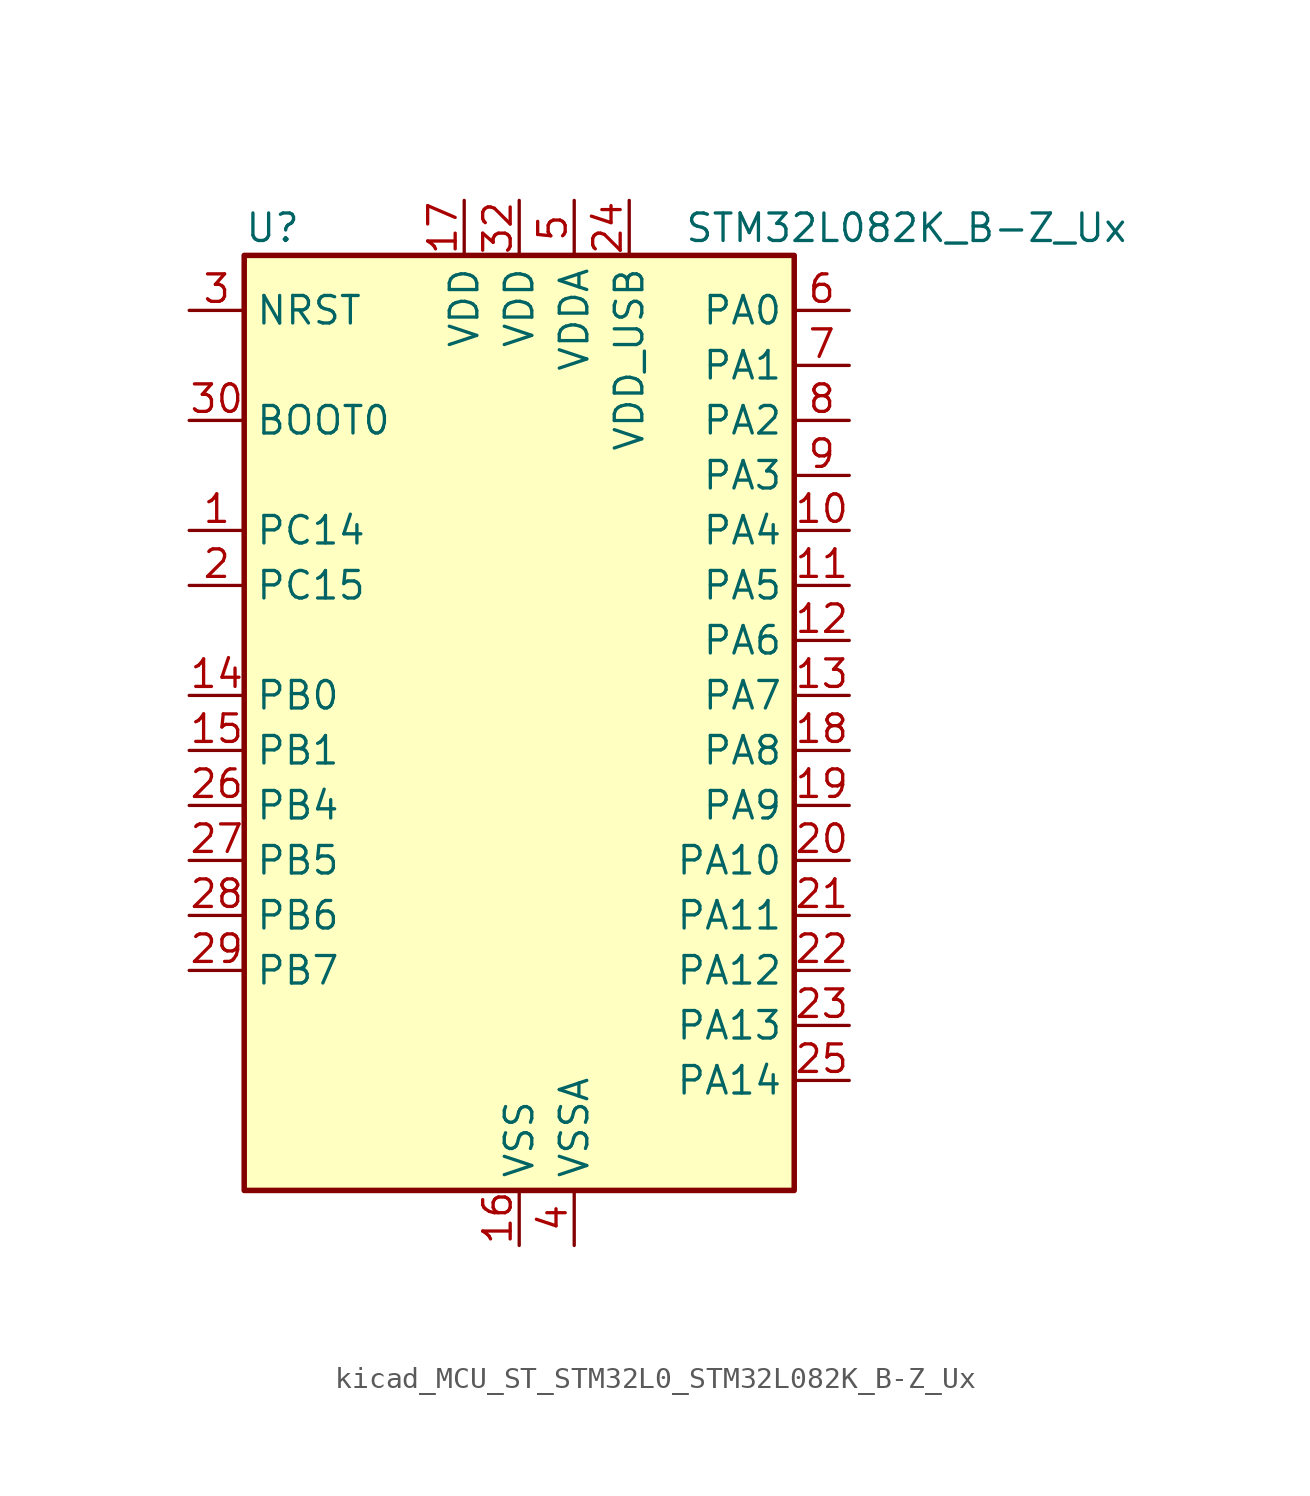
<source format=kicad_sym>
(kicad_symbol_lib
  (version 20220914)
  (generator kicad_symbol_editor)
  (symbol "kicad_MCU_ST_STM32L0_STM32L082K_B-Z_Ux"
    (property "Reference" "U"
      (at -12.7 24.13 0)
      (effects (font (size 1.27 1.27)) (justify left)))
    (property "Value" "STM32L082K_B-Z_Ux"
      (at 7.62 24.13 0)
      (effects (font (size 1.27 1.27)) (justify left)))
    (property "ki_locked" ""
      (at 0 0 0)
      (effects (font (size 1.27 1.27))))
    (symbol "kicad_MCU_ST_STM32L0_STM32L082K_B-Z_Ux_0_1"
      (rectangle (start -12.7 -20.32) (end 12.7 22.86) (stroke (width 0.254) (type default)) (fill (type background))))
    (symbol "kicad_MCU_ST_STM32L0_STM32L082K_B-Z_Ux_1_1"
      (pin bidirectional line (at -15.24 10.16 0) (length 2.54) (name "PC14" (effects (font (size 1.27 1.27)))) (number "1" (effects (font (size 1.27 1.27)))) (alternate "RCC_OSC32_IN" bidirectional line))
      (pin bidirectional line (at 15.24 10.16 180) (length 2.54) (name "PA4" (effects (font (size 1.27 1.27)))) (number "10" (effects (font (size 1.27 1.27)))) (alternate "ADC_IN4" bidirectional line) (alternate "COMP1_INM" bidirectional line) (alternate "COMP2_INM" bidirectional line) (alternate "DAC_OUT1" bidirectional line) (alternate "SPI1_NSS" bidirectional line) (alternate "TIM22_ETR" bidirectional line) (alternate "TSC_G2_IO1" bidirectional line) (alternate "USART2_CK" bidirectional line))
      (pin bidirectional line (at 15.24 7.62 180) (length 2.54) (name "PA5" (effects (font (size 1.27 1.27)))) (number "11" (effects (font (size 1.27 1.27)))) (alternate "ADC_IN5" bidirectional line) (alternate "COMP1_INM" bidirectional line) (alternate "COMP2_INM" bidirectional line) (alternate "DAC_OUT2" bidirectional line) (alternate "SPI1_SCK" bidirectional line) (alternate "TIM2_CH1" bidirectional line) (alternate "TIM2_ETR" bidirectional line) (alternate "TSC_G2_IO2" bidirectional line))
      (pin bidirectional line (at 15.24 5.08 180) (length 2.54) (name "PA6" (effects (font (size 1.27 1.27)))) (number "12" (effects (font (size 1.27 1.27)))) (alternate "ADC_IN6" bidirectional line) (alternate "COMP1_OUT" bidirectional line) (alternate "LPUART1_CTS" bidirectional line) (alternate "SPI1_MISO" bidirectional line) (alternate "TIM22_CH1" bidirectional line) (alternate "TIM3_CH1" bidirectional line) (alternate "TSC_G2_IO3" bidirectional line))
      (pin bidirectional line (at 15.24 2.54 180) (length 2.54) (name "PA7" (effects (font (size 1.27 1.27)))) (number "13" (effects (font (size 1.27 1.27)))) (alternate "ADC_IN7" bidirectional line) (alternate "COMP2_OUT" bidirectional line) (alternate "SPI1_MOSI" bidirectional line) (alternate "TIM22_CH2" bidirectional line) (alternate "TIM3_CH2" bidirectional line) (alternate "TSC_G2_IO4" bidirectional line))
      (pin bidirectional line (at -15.24 2.54 0) (length 2.54) (name "PB0" (effects (font (size 1.27 1.27)))) (number "14" (effects (font (size 1.27 1.27)))) (alternate "ADC_IN8" bidirectional line) (alternate "SYS_VREF_OUT_PB0" bidirectional line) (alternate "TIM3_CH3" bidirectional line) (alternate "TSC_G3_IO2" bidirectional line))
      (pin bidirectional line (at -15.24 0 0) (length 2.54) (name "PB1" (effects (font (size 1.27 1.27)))) (number "15" (effects (font (size 1.27 1.27)))) (alternate "ADC_IN9" bidirectional line) (alternate "LPUART1_DE" bidirectional line) (alternate "LPUART1_RTS" bidirectional line) (alternate "SYS_VREF_OUT_PB1" bidirectional line) (alternate "TIM3_CH4" bidirectional line) (alternate "TSC_G3_IO3" bidirectional line))
      (pin power_in line (at 0 -22.86 90) (length 2.54) (name "VSS" (effects (font (size 1.27 1.27)))) (number "16" (effects (font (size 1.27 1.27)))))
      (pin power_in line (at -2.54 25.4 270) (length 2.54) (name "VDD" (effects (font (size 1.27 1.27)))) (number "17" (effects (font (size 1.27 1.27)))))
      (pin bidirectional line (at 15.24 0 180) (length 2.54) (name "PA8" (effects (font (size 1.27 1.27)))) (number "18" (effects (font (size 1.27 1.27)))) (alternate "CRS_SYNC" bidirectional line) (alternate "I2C3_SCL" bidirectional line) (alternate "RCC_MCO" bidirectional line) (alternate "USART1_CK" bidirectional line))
      (pin bidirectional line (at 15.24 -2.54 180) (length 2.54) (name "PA9" (effects (font (size 1.27 1.27)))) (number "19" (effects (font (size 1.27 1.27)))) (alternate "DAC_EXTI9" bidirectional line) (alternate "I2C1_SCL" bidirectional line) (alternate "I2C3_SMBA" bidirectional line) (alternate "RCC_MCO" bidirectional line) (alternate "TSC_G4_IO1" bidirectional line) (alternate "USART1_TX" bidirectional line))
      (pin bidirectional line (at -15.24 7.62 0) (length 2.54) (name "PC15" (effects (font (size 1.27 1.27)))) (number "2" (effects (font (size 1.27 1.27)))) (alternate "RCC_OSC32_OUT" bidirectional line))
      (pin bidirectional line (at 15.24 -5.08 180) (length 2.54) (name "PA10" (effects (font (size 1.27 1.27)))) (number "20" (effects (font (size 1.27 1.27)))) (alternate "I2C1_SDA" bidirectional line) (alternate "TSC_G4_IO2" bidirectional line) (alternate "USART1_RX" bidirectional line))
      (pin bidirectional line (at 15.24 -7.62 180) (length 2.54) (name "PA11" (effects (font (size 1.27 1.27)))) (number "21" (effects (font (size 1.27 1.27)))) (alternate "ADC_EXTI11" bidirectional line) (alternate "COMP1_OUT" bidirectional line) (alternate "SPI1_MISO" bidirectional line) (alternate "TSC_G4_IO3" bidirectional line) (alternate "USART1_CTS" bidirectional line) (alternate "USB_DM" bidirectional line))
      (pin bidirectional line (at 15.24 -10.16 180) (length 2.54) (name "PA12" (effects (font (size 1.27 1.27)))) (number "22" (effects (font (size 1.27 1.27)))) (alternate "COMP2_OUT" bidirectional line) (alternate "SPI1_MOSI" bidirectional line) (alternate "TSC_G4_IO4" bidirectional line) (alternate "USART1_DE" bidirectional line) (alternate "USART1_RTS" bidirectional line) (alternate "USB_DP" bidirectional line))
      (pin bidirectional line (at 15.24 -12.7 180) (length 2.54) (name "PA13" (effects (font (size 1.27 1.27)))) (number "23" (effects (font (size 1.27 1.27)))) (alternate "LPUART1_RX" bidirectional line) (alternate "SYS_SWDIO" bidirectional line) (alternate "USB_NOE" bidirectional line))
      (pin power_in line (at 5.08 25.4 270) (length 2.54) (name "VDD_USB" (effects (font (size 1.27 1.27)))) (number "24" (effects (font (size 1.27 1.27)))))
      (pin bidirectional line (at 15.24 -15.24 180) (length 2.54) (name "PA14" (effects (font (size 1.27 1.27)))) (number "25" (effects (font (size 1.27 1.27)))) (alternate "LPUART1_TX" bidirectional line) (alternate "SYS_SWCLK" bidirectional line) (alternate "USART2_TX" bidirectional line))
      (pin bidirectional line (at -15.24 -2.54 0) (length 2.54) (name "PB4" (effects (font (size 1.27 1.27)))) (number "26" (effects (font (size 1.27 1.27)))) (alternate "COMP2_INP" bidirectional line) (alternate "I2C3_SDA" bidirectional line) (alternate "SPI1_MISO" bidirectional line) (alternate "TIM22_CH1" bidirectional line) (alternate "TIM3_CH1" bidirectional line) (alternate "TSC_G5_IO2" bidirectional line) (alternate "USART1_CTS" bidirectional line))
      (pin bidirectional line (at -15.24 -5.08 0) (length 2.54) (name "PB5" (effects (font (size 1.27 1.27)))) (number "27" (effects (font (size 1.27 1.27)))) (alternate "COMP2_INP" bidirectional line) (alternate "I2C1_SMBA" bidirectional line) (alternate "LPTIM1_IN1" bidirectional line) (alternate "SPI1_MOSI" bidirectional line) (alternate "TIM22_CH2" bidirectional line) (alternate "TIM3_CH2" bidirectional line) (alternate "USART1_CK" bidirectional line))
      (pin bidirectional line (at -15.24 -7.62 0) (length 2.54) (name "PB6" (effects (font (size 1.27 1.27)))) (number "28" (effects (font (size 1.27 1.27)))) (alternate "COMP2_INP" bidirectional line) (alternate "I2C1_SCL" bidirectional line) (alternate "LPTIM1_ETR" bidirectional line) (alternate "TSC_G5_IO3" bidirectional line) (alternate "USART1_TX" bidirectional line))
      (pin bidirectional line (at -15.24 -10.16 0) (length 2.54) (name "PB7" (effects (font (size 1.27 1.27)))) (number "29" (effects (font (size 1.27 1.27)))) (alternate "COMP2_INP" bidirectional line) (alternate "I2C1_SDA" bidirectional line) (alternate "LPTIM1_IN2" bidirectional line) (alternate "SYS_PVD_IN" bidirectional line) (alternate "TSC_G5_IO4" bidirectional line) (alternate "USART1_RX" bidirectional line) (alternate "USART4_CTS" bidirectional line))
      (pin input line (at -15.24 20.32 0) (length 2.54) (name "NRST" (effects (font (size 1.27 1.27)))) (number "3" (effects (font (size 1.27 1.27)))))
      (pin input line (at -15.24 15.24 0) (length 2.54) (name "BOOT0" (effects (font (size 1.27 1.27)))) (number "30" (effects (font (size 1.27 1.27)))))
      (pin passive line (at 0 -22.86 90) (length 2.54) hide (name "VSS" (effects (font (size 1.27 1.27)))) (number "31" (effects (font (size 1.27 1.27)))))
      (pin power_in line (at 0 25.4 270) (length 2.54) (name "VDD" (effects (font (size 1.27 1.27)))) (number "32" (effects (font (size 1.27 1.27)))))
      (pin passive line (at 0 -22.86 90) (length 2.54) hide (name "VSS" (effects (font (size 1.27 1.27)))) (number "33" (effects (font (size 1.27 1.27)))))
      (pin power_in line (at 2.54 -22.86 90) (length 2.54) (name "VSSA" (effects (font (size 1.27 1.27)))) (number "4" (effects (font (size 1.27 1.27)))))
      (pin power_in line (at 2.54 25.4 270) (length 2.54) (name "VDDA" (effects (font (size 1.27 1.27)))) (number "5" (effects (font (size 1.27 1.27)))))
      (pin bidirectional line (at 15.24 20.32 180) (length 2.54) (name "PA0" (effects (font (size 1.27 1.27)))) (number "6" (effects (font (size 1.27 1.27)))) (alternate "ADC_IN0" bidirectional line) (alternate "COMP1_INM" bidirectional line) (alternate "COMP1_OUT" bidirectional line) (alternate "RTC_TAMP2" bidirectional line) (alternate "SYS_WKUP1" bidirectional line) (alternate "TIM2_CH1" bidirectional line) (alternate "TIM2_ETR" bidirectional line) (alternate "TSC_G1_IO1" bidirectional line) (alternate "USART2_CTS" bidirectional line) (alternate "USART4_TX" bidirectional line))
      (pin bidirectional line (at 15.24 17.78 180) (length 2.54) (name "PA1" (effects (font (size 1.27 1.27)))) (number "7" (effects (font (size 1.27 1.27)))) (alternate "ADC_IN1" bidirectional line) (alternate "COMP1_INP" bidirectional line) (alternate "TIM21_ETR" bidirectional line) (alternate "TIM2_CH2" bidirectional line) (alternate "TSC_G1_IO2" bidirectional line) (alternate "USART2_DE" bidirectional line) (alternate "USART2_RTS" bidirectional line) (alternate "USART4_RX" bidirectional line))
      (pin bidirectional line (at 15.24 15.24 180) (length 2.54) (name "PA2" (effects (font (size 1.27 1.27)))) (number "8" (effects (font (size 1.27 1.27)))) (alternate "ADC_IN2" bidirectional line) (alternate "COMP2_INM" bidirectional line) (alternate "COMP2_OUT" bidirectional line) (alternate "LPUART1_TX" bidirectional line) (alternate "TIM21_CH1" bidirectional line) (alternate "TIM2_CH3" bidirectional line) (alternate "TSC_G1_IO3" bidirectional line) (alternate "USART2_TX" bidirectional line))
      (pin bidirectional line (at 15.24 12.7 180) (length 2.54) (name "PA3" (effects (font (size 1.27 1.27)))) (number "9" (effects (font (size 1.27 1.27)))) (alternate "ADC_IN3" bidirectional line) (alternate "COMP2_INP" bidirectional line) (alternate "LPUART1_RX" bidirectional line) (alternate "TIM21_CH2" bidirectional line) (alternate "TIM2_CH4" bidirectional line) (alternate "TSC_G1_IO4" bidirectional line) (alternate "USART2_RX" bidirectional line)))))
</source>
